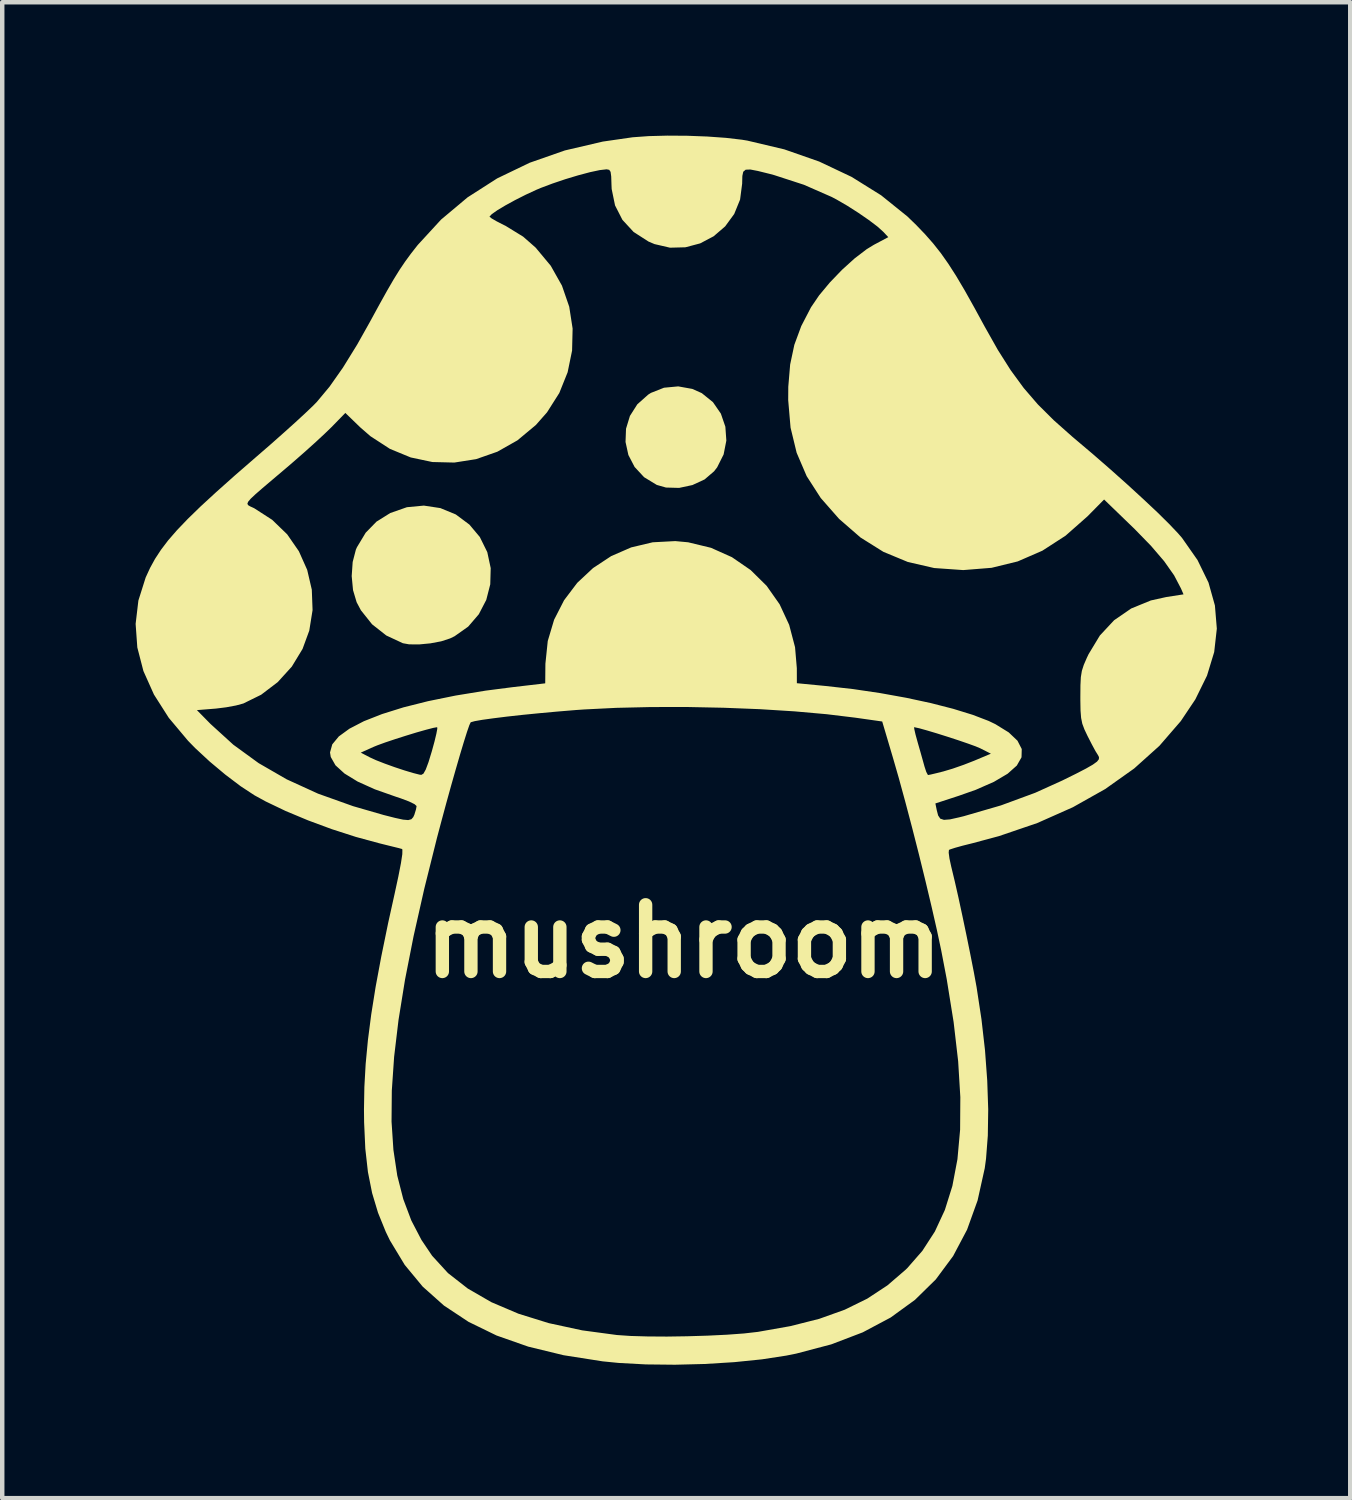
<source format=kicad_pcb>
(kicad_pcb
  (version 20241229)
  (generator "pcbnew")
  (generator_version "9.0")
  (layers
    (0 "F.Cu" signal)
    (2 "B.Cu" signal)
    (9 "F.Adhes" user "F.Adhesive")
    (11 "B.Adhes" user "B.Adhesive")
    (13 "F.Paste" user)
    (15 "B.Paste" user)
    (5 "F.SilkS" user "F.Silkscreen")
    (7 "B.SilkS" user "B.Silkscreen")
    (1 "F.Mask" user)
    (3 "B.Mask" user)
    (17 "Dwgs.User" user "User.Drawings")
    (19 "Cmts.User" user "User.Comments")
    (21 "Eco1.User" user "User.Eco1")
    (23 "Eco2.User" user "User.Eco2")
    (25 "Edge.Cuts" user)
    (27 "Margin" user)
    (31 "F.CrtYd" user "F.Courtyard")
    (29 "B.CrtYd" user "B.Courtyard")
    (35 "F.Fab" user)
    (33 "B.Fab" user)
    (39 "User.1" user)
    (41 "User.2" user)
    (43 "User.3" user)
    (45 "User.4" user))
  (footprint "mushroom"
    (layer "F.Cu")
    (at 13.026 13.918)
    (property "Reference" "mushroom" (at -0.7 4.2 0) (layer "F.SilkS") (effects (font (size 1.5 1.5) (thickness 0.3))))
    (attr board_only exclude_from_pos_files exclude_from_bom)
    (fp_poly (pts (xy -0.507 -8.222) (xy -0.294 -8.127) (xy -0.043 -7.924) (xy 0.135 -7.666) (xy 0.236 -7.372) (xy 0.258 -7.06) (xy 0.197 -6.749) (xy 0.051 -6.458) (xy -0.018 -6.369) (xy -0.232 -6.186) (xy -0.505 -6.06) (xy -0.804 -5.996) (xy -1.099 -6.004) (xy -1.306 -6.063) (xy -1.592 -6.237) (xy -1.805 -6.467) (xy -1.945 -6.736) (xy -2.009 -7.029) (xy -1.998 -7.327) (xy -1.91 -7.615) (xy -1.744 -7.876) (xy -1.499 -8.094) (xy -1.437 -8.133) (xy -1.144 -8.249) (xy -0.824 -8.279)) (stroke (width 0) (type solid)) (fill yes) (layer "F.SilkS"))
    (fp_poly (pts (xy -6.173 -5.542) (xy -5.826 -5.399) (xy -5.52 -5.171) (xy -5.286 -4.892) (xy -5.118 -4.552) (xy -5.041 -4.192) (xy -5.051 -3.828) (xy -5.141 -3.477) (xy -5.309 -3.154) (xy -5.548 -2.876) (xy -5.854 -2.66) (xy -5.955 -2.611) (xy -6.154 -2.546) (xy -6.399 -2.5) (xy -6.652 -2.476) (xy -6.876 -2.478) (xy -7.016 -2.503) (xy -7.389 -2.677) (xy -7.709 -2.929) (xy -7.96 -3.244) (xy -8.056 -3.425) (xy -8.137 -3.697) (xy -8.167 -4.012) (xy -8.145 -4.33) (xy -8.073 -4.608) (xy -8.049 -4.662) (xy -7.852 -4.989) (xy -7.609 -5.238) (xy -7.3 -5.431) (xy -6.925 -5.562) (xy -6.544 -5.598)) (stroke (width 0) (type solid)) (fill yes) (layer "F.SilkS"))
    (fp_poly (pts (xy -0.621 -13.915) (xy -0.171 -13.898) (xy 0.248 -13.868) (xy 0.608 -13.826) (xy 0.73 -13.806) (xy 1.562 -13.609) (xy 2.346 -13.335) (xy 3.075 -12.99) (xy 3.739 -12.576) (xy 4.33 -12.1) (xy 4.529 -11.907) (xy 4.731 -11.696) (xy 4.912 -11.49) (xy 5.082 -11.275) (xy 5.249 -11.038) (xy 5.425 -10.764) (xy 5.618 -10.438) (xy 5.837 -10.047) (xy 6.063 -9.632) (xy 6.363 -9.1) (xy 6.651 -8.645) (xy 6.945 -8.243) (xy 7.263 -7.874) (xy 7.623 -7.516) (xy 8.041 -7.145) (xy 8.091 -7.103) (xy 8.502 -6.755) (xy 8.904 -6.405) (xy 9.287 -6.063) (xy 9.639 -5.74) (xy 9.952 -5.446) (xy 10.212 -5.189) (xy 10.411 -4.98) (xy 10.505 -4.872) (xy 10.854 -4.373) (xy 11.101 -3.866) (xy 11.245 -3.352) (xy 11.288 -2.831) (xy 11.229 -2.305) (xy 11.067 -1.774) (xy 10.804 -1.239) (xy 10.478 -0.752) (xy 9.997 -0.196) (xy 9.429 0.314) (xy 8.778 0.776) (xy 8.051 1.185) (xy 7.252 1.54) (xy 6.387 1.835) (xy 5.787 1.996) (xy 5.575 2.049) (xy 5.402 2.097) (xy 5.291 2.133) (xy 5.264 2.145) (xy 5.258 2.207) (xy 5.276 2.34) (xy 5.315 2.52) (xy 5.325 2.561) (xy 5.395 2.852) (xy 5.478 3.218) (xy 5.567 3.631) (xy 5.658 4.065) (xy 5.745 4.494) (xy 5.823 4.891) (xy 5.885 5.229) (xy 5.888 5.249) (xy 5.995 5.951) (xy 6.075 6.652) (xy 6.125 7.334) (xy 6.147 7.979) (xy 6.138 8.57) (xy 6.098 9.09) (xy 6.069 9.303) (xy 5.908 10.028) (xy 5.671 10.686) (xy 5.358 11.278) (xy 4.968 11.804) (xy 4.499 12.264) (xy 3.952 12.661) (xy 3.325 12.994) (xy 2.618 13.264) (xy 1.829 13.472) (xy 1.605 13.517) (xy 1.057 13.601) (xy 0.438 13.664) (xy -0.223 13.705) (xy -0.896 13.722) (xy -1.552 13.715) (xy -2.161 13.682) (xy -2.524 13.646) (xy -3.403 13.508) (xy -4.197 13.315) (xy -4.909 13.065) (xy -5.539 12.758) (xy -6.092 12.392) (xy -6.57 11.966) (xy -6.974 11.478) (xy -7.307 10.927) (xy -7.4 10.735) (xy -7.575 10.304) (xy -7.708 9.861) (xy -7.802 9.388) (xy -7.861 8.863) (xy -7.888 8.267) (xy -7.888 8.255) (xy -7.271 8.255) (xy -7.229 8.89) (xy -7.142 9.47) (xy -7.007 9.998) (xy -6.826 10.479) (xy -6.598 10.916) (xy -6.359 11.271) (xy -6.002 11.661) (xy -5.555 12.01) (xy -5.025 12.316) (xy -4.416 12.575) (xy -3.734 12.787) (xy -2.984 12.949) (xy -2.202 13.054) (xy -1.896 13.075) (xy -1.514 13.086) (xy -1.08 13.089) (xy -0.621 13.082) (xy -0.162 13.068) (xy 0.271 13.047) (xy 0.654 13.019) (xy 0.96 12.984) (xy 0.963 12.984) (xy 1.698 12.854) (xy 2.347 12.69) (xy 2.92 12.485) (xy 3.427 12.236) (xy 3.88 11.938) (xy 4.289 11.586) (xy 4.328 11.548) (xy 4.666 11.161) (xy 4.947 10.727) (xy 5.172 10.242) (xy 5.341 9.702) (xy 5.455 9.101) (xy 5.515 8.437) (xy 5.52 7.704) (xy 5.471 6.898) (xy 5.369 6.016) (xy 5.214 5.052) (xy 5.09 4.404) (xy 4.994 3.951) (xy 4.874 3.424) (xy 4.737 2.848) (xy 4.589 2.246) (xy 4.435 1.642) (xy 4.282 1.062) (xy 4.136 0.528) (xy 4.006 0.077) (xy 3.801 -0.615) (xy 4.48 -0.615) (xy 4.485 -0.57) (xy 4.512 -0.451) (xy 4.558 -0.284) (xy 4.562 -0.269) (xy 4.622 -0.06) (xy 4.678 0.139) (xy 4.714 0.269) (xy 4.754 0.391) (xy 4.789 0.457) (xy 4.795 0.461) (xy 4.857 0.449) (xy 4.987 0.418) (xy 5.138 0.38) (xy 5.349 0.317) (xy 5.598 0.23) (xy 5.829 0.14) (xy 6.207 -0.019) (xy 5.97 -0.139) (xy 5.864 -0.184) (xy 5.69 -0.247) (xy 5.471 -0.322) (xy 5.229 -0.401) (xy 4.988 -0.477) (xy 4.77 -0.542) (xy 4.598 -0.59) (xy 4.493 -0.613) (xy 4.48 -0.615) (xy 3.801 -0.615) (xy 3.763 -0.743) (xy 3.157 -0.829) (xy 2.513 -0.907) (xy 1.791 -0.971) (xy 1.013 -1.02) (xy 0.2 -1.052) (xy -0.623 -1.069) (xy -1.435 -1.068) (xy -2.214 -1.05) (xy -2.936 -1.014) (xy -3.124 -1.001) (xy -3.535 -0.967) (xy -3.94 -0.93) (xy -4.325 -0.892) (xy -4.677 -0.853) (xy -4.982 -0.815) (xy -5.228 -0.781) (xy -5.4 -0.751) (xy -5.486 -0.727) (xy -5.492 -0.723) (xy -5.522 -0.659) (xy -5.574 -0.509) (xy -5.645 -0.284) (xy -5.731 0.002) (xy -5.828 0.336) (xy -5.933 0.706) (xy -6.042 1.1) (xy -6.151 1.504) (xy -6.248 1.869) (xy -6.535 3.019) (xy -6.775 4.083) (xy -6.968 5.064) (xy -7.114 5.968) (xy -7.213 6.798) (xy -7.265 7.558) (xy -7.271 8.255) (xy -7.888 8.255) (xy -7.891 7.983) (xy -7.882 7.475) (xy -7.853 6.958) (xy -7.802 6.42) (xy -7.728 5.846) (xy -7.629 5.225) (xy -7.502 4.543) (xy -7.347 3.787) (xy -7.202 3.132) (xy -7.117 2.738) (xy -7.059 2.44) (xy -7.029 2.24) (xy -7.027 2.138) (xy -7.036 2.124) (xy -7.108 2.104) (xy -7.255 2.068) (xy -7.449 2.02) (xy -7.553 1.994) (xy -8.072 1.853) (xy -8.612 1.679) (xy -9.147 1.481) (xy -9.652 1.27) (xy -10.099 1.056) (xy -10.353 0.917) (xy -10.665 0.712) (xy -11.01 0.451) (xy -11.36 0.158) (xy -11.687 -0.145) (xy -11.847 -0.309) (xy -12.28 -0.825) (xy -12.391 -0.999) (xy -11.648 -0.999) (xy -11.342 -0.688) (xy -10.829 -0.221) (xy -10.26 0.193) (xy -9.628 0.558) (xy -8.923 0.88) (xy -8.136 1.161) (xy -7.451 1.359) (xy -7.191 1.425) (xy -7.012 1.464) (xy -6.896 1.474) (xy -6.825 1.455) (xy -6.783 1.408) (xy -6.758 1.354) (xy -6.721 1.233) (xy -6.708 1.158) (xy -6.754 1.116) (xy -6.879 1.055) (xy -7.062 0.986) (xy -7.176 0.948) (xy -7.647 0.782) (xy -8.033 0.608) (xy -8.329 0.427) (xy -8.532 0.242) (xy -8.638 0.055) (xy -8.654 -0.043) (xy -7.963 -0.043) (xy -7.758 0.064) (xy -7.62 0.127) (xy -7.426 0.203) (xy -7.204 0.283) (xy -6.981 0.357) (xy -6.784 0.416) (xy -6.642 0.452) (xy -6.601 0.457) (xy -6.554 0.43) (xy -6.502 0.338) (xy -6.439 0.169) (xy -6.364 -0.077) (xy -6.305 -0.293) (xy -6.263 -0.468) (xy -6.242 -0.581) (xy -6.245 -0.615) (xy -6.334 -0.599) (xy -6.496 -0.557) (xy -6.708 -0.497) (xy -6.946 -0.424) (xy -7.188 -0.347) (xy -7.409 -0.273) (xy -7.585 -0.209) (xy -7.664 -0.177) (xy -7.963 -0.043) (xy -8.654 -0.043) (xy -8.654 -0.049) (xy -8.604 -0.229) (xy -8.457 -0.407) (xy -8.218 -0.581) (xy -7.892 -0.75) (xy -7.485 -0.91) (xy -7.003 -1.061) (xy -6.45 -1.2) (xy -5.832 -1.326) (xy -5.154 -1.437) (xy -4.558 -1.514) (xy -3.815 -1.601) (xy -3.811 -2.042) (xy -3.758 -2.553) (xy -3.615 -3.032) (xy -3.391 -3.47) (xy -3.096 -3.86) (xy -2.74 -4.193) (xy -2.332 -4.462) (xy -1.882 -4.658) (xy -1.398 -4.773) (xy -0.891 -4.8) (xy -0.601 -4.773) (xy -0.087 -4.649) (xy 0.384 -4.438) (xy 0.804 -4.149) (xy 1.164 -3.794) (xy 1.456 -3.379) (xy 1.671 -2.916) (xy 1.803 -2.414) (xy 1.843 -1.942) (xy 1.844 -1.604) (xy 2.496 -1.541) (xy 3.109 -1.472) (xy 3.717 -1.382) (xy 4.304 -1.276) (xy 4.857 -1.157) (xy 5.36 -1.028) (xy 5.798 -0.893) (xy 6.156 -0.756) (xy 6.308 -0.683) (xy 6.608 -0.498) (xy 6.805 -0.311) (xy 6.901 -0.124) (xy 6.896 0.062) (xy 6.79 0.248) (xy 6.583 0.432) (xy 6.275 0.614) (xy 5.868 0.793) (xy 5.488 0.927) (xy 4.959 1.1) (xy 4.99 1.252) (xy 5.021 1.371) (xy 5.069 1.442) (xy 5.152 1.469) (xy 5.289 1.458) (xy 5.499 1.411) (xy 5.596 1.387) (xy 6.433 1.144) (xy 7.204 0.86) (xy 7.809 0.586) (xy 8.119 0.433) (xy 8.345 0.316) (xy 8.5 0.227) (xy 8.594 0.159) (xy 8.636 0.105) (xy 8.638 0.057) (xy 8.614 0.011) (xy 8.559 -0.077) (xy 8.478 -0.227) (xy 8.387 -0.405) (xy 8.384 -0.41) (xy 8.311 -0.564) (xy 8.263 -0.692) (xy 8.236 -0.824) (xy 8.223 -0.989) (xy 8.219 -1.217) (xy 8.219 -1.306) (xy 8.221 -1.559) (xy 8.23 -1.74) (xy 8.253 -1.882) (xy 8.296 -2.016) (xy 8.364 -2.173) (xy 8.404 -2.257) (xy 8.658 -2.677) (xy 8.978 -3.02) (xy 9.362 -3.284) (xy 9.804 -3.465) (xy 10.147 -3.541) (xy 10.539 -3.602) (xy 10.482 -3.734) (xy 10.327 -4.03) (xy 10.104 -4.347) (xy 9.807 -4.694) (xy 9.429 -5.082) (xy 9.393 -5.116) (xy 8.753 -5.735) (xy 8.378 -5.355) (xy 7.886 -4.921) (xy 7.365 -4.584) (xy 6.811 -4.343) (xy 6.223 -4.199) (xy 5.598 -4.149) (xy 5.572 -4.149) (xy 4.932 -4.194) (xy 4.34 -4.33) (xy 3.79 -4.558) (xy 3.276 -4.88) (xy 2.794 -5.299) (xy 2.792 -5.301) (xy 2.38 -5.77) (xy 2.064 -6.261) (xy 1.839 -6.786) (xy 1.702 -7.352) (xy 1.649 -7.97) (xy 1.651 -8.27) (xy 1.693 -8.771) (xy 1.787 -9.214) (xy 1.943 -9.636) (xy 2.162 -10.058) (xy 2.345 -10.327) (xy 2.585 -10.615) (xy 2.859 -10.9) (xy 3.143 -11.157) (xy 3.415 -11.365) (xy 3.576 -11.463) (xy 3.9 -11.635) (xy 3.785 -11.757) (xy 3.655 -11.874) (xy 3.459 -12.022) (xy 3.224 -12.184) (xy 2.975 -12.343) (xy 2.737 -12.481) (xy 2.627 -12.539) (xy 2.002 -12.813) (xy 1.335 -13.03) (xy 1.223 -13.06) (xy 0.969 -13.123) (xy 0.798 -13.156) (xy 0.693 -13.152) (xy 0.638 -13.106) (xy 0.618 -13.011) (xy 0.614 -12.861) (xy 0.614 -12.841) (xy 0.567 -12.48) (xy 0.435 -12.156) (xy 0.232 -11.878) (xy -0.027 -11.655) (xy -0.33 -11.495) (xy -0.662 -11.407) (xy -1.009 -11.398) (xy -1.358 -11.479) (xy -1.494 -11.537) (xy -1.827 -11.751) (xy -2.079 -12.024) (xy -2.245 -12.349) (xy -2.321 -12.718) (xy -2.325 -12.815) (xy -2.331 -12.999) (xy -2.345 -13.103) (xy -2.376 -13.149) (xy -2.432 -13.16) (xy -2.439 -13.16) (xy -2.588 -13.143) (xy -2.808 -13.096) (xy -3.075 -13.025) (xy -3.364 -12.938) (xy -3.651 -12.841) (xy -3.912 -12.743) (xy -4.012 -12.701) (xy -4.254 -12.589) (xy -4.493 -12.468) (xy -4.712 -12.348) (xy -4.892 -12.24) (xy -5.016 -12.153) (xy -5.067 -12.098) (xy -5.067 -12.094) (xy -5.023 -12.058) (xy -4.908 -11.991) (xy -4.746 -11.908) (xy -4.708 -11.89) (xy -4.311 -11.646) (xy -4.031 -11.4) (xy -3.691 -10.992) (xy -3.439 -10.545) (xy -3.275 -10.07) (xy -3.199 -9.579) (xy -3.211 -9.084) (xy -3.311 -8.597) (xy -3.498 -8.131) (xy -3.774 -7.696) (xy -4.024 -7.412) (xy -4.439 -7.066) (xy -4.891 -6.81) (xy -5.368 -6.643) (xy -5.859 -6.566) (xy -6.353 -6.578) (xy -6.84 -6.681) (xy -7.308 -6.874) (xy -7.745 -7.158) (xy -7.975 -7.358) (xy -8.31 -7.682) (xy -8.623 -7.361) (xy -8.769 -7.22) (xy -8.972 -7.031) (xy -9.213 -6.814) (xy -9.471 -6.588) (xy -9.653 -6.432) (xy -9.947 -6.183) (xy -10.172 -5.992) (xy -10.334 -5.851) (xy -10.44 -5.751) (xy -10.497 -5.683) (xy -10.513 -5.638) (xy -10.495 -5.607) (xy -10.449 -5.58) (xy -10.383 -5.55) (xy -10.36 -5.539) (xy -9.955 -5.278) (xy -9.618 -4.952) (xy -9.355 -4.572) (xy -9.168 -4.153) (xy -9.064 -3.707) (xy -9.047 -3.248) (xy -9.121 -2.787) (xy -9.272 -2.375) (xy -9.514 -1.977) (xy -9.831 -1.628) (xy -10.203 -1.345) (xy -10.603 -1.148) (xy -10.769 -1.103) (xy -10.991 -1.062) (xy -11.223 -1.033) (xy -11.239 -1.032) (xy -11.648 -0.999) (xy -12.391 -0.999) (xy -12.614 -1.349) (xy -12.851 -1.878) (xy -12.988 -2.408) (xy -13.026 -2.938) (xy -12.964 -3.463) (xy -12.8 -3.982) (xy -12.7 -4.199) (xy -12.589 -4.401) (xy -12.456 -4.604) (xy -12.295 -4.816) (xy -12.097 -5.044) (xy -11.856 -5.296) (xy -11.564 -5.58) (xy -11.213 -5.903) (xy -10.798 -6.273) (xy -10.309 -6.698) (xy -10.264 -6.737) (xy -9.97 -6.992) (xy -9.686 -7.244) (xy -9.426 -7.478) (xy -9.204 -7.683) (xy -9.035 -7.844) (xy -8.95 -7.931) (xy -8.665 -8.273) (xy -8.364 -8.701) (xy -8.044 -9.219) (xy -7.757 -9.73) (xy -7.545 -10.119) (xy -7.37 -10.433) (xy -7.222 -10.688) (xy -7.09 -10.901) (xy -6.965 -11.086) (xy -6.837 -11.261) (xy -6.696 -11.441) (xy -6.681 -11.46) (xy -6.157 -12.03) (xy -5.561 -12.53) (xy -4.896 -12.956) (xy -4.165 -13.308) (xy -3.373 -13.585) (xy -2.521 -13.784) (xy -1.849 -13.881) (xy -1.49 -13.907) (xy -1.07 -13.918)) (stroke (width 0) (type solid)) (fill yes) (layer "F.SilkS")))
  (gr_rect
    (start -3 -3)
    (end 27.314 30.64)
    (stroke (width 0.1) (type default))
    (fill no)
    (layer "Edge.Cuts")))
</source>
